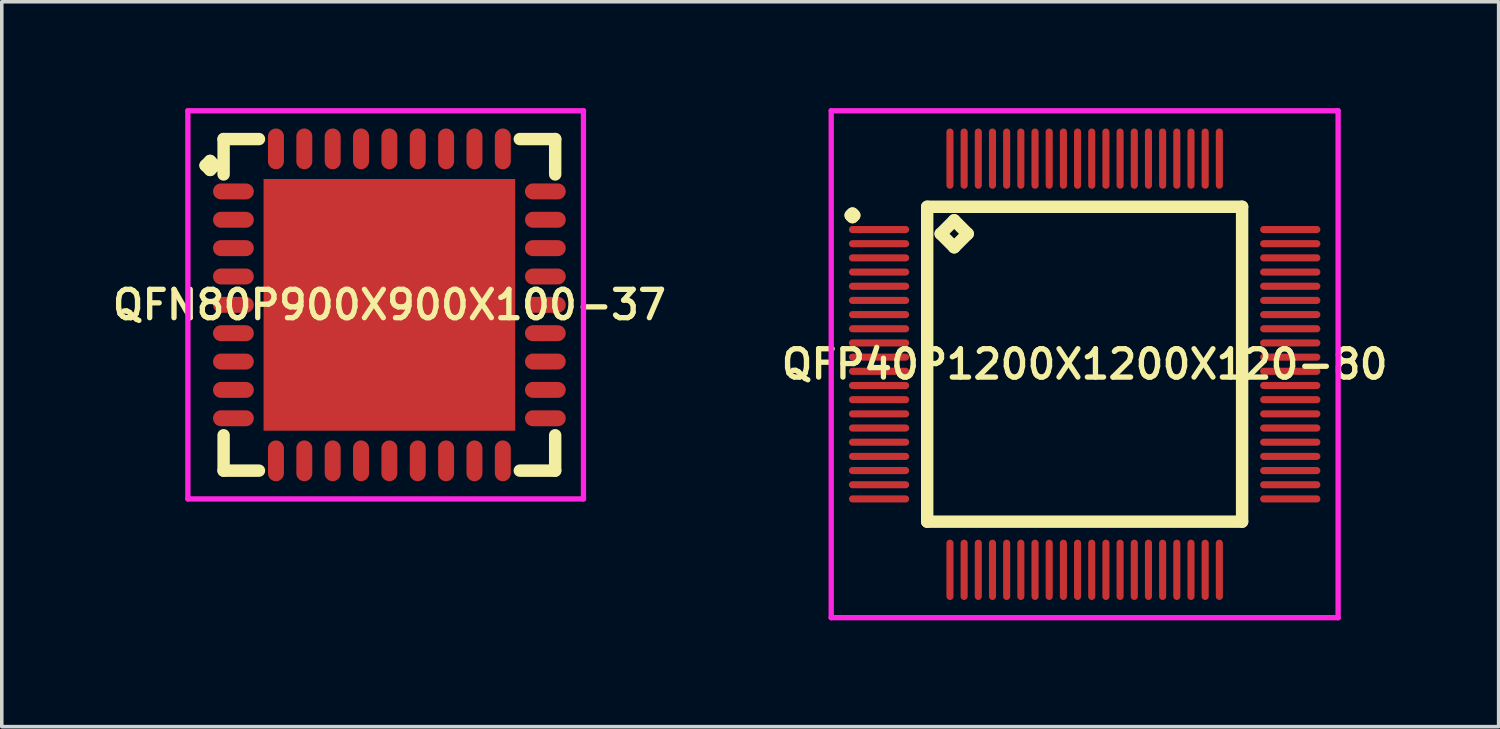
<source format=kicad_pcb>
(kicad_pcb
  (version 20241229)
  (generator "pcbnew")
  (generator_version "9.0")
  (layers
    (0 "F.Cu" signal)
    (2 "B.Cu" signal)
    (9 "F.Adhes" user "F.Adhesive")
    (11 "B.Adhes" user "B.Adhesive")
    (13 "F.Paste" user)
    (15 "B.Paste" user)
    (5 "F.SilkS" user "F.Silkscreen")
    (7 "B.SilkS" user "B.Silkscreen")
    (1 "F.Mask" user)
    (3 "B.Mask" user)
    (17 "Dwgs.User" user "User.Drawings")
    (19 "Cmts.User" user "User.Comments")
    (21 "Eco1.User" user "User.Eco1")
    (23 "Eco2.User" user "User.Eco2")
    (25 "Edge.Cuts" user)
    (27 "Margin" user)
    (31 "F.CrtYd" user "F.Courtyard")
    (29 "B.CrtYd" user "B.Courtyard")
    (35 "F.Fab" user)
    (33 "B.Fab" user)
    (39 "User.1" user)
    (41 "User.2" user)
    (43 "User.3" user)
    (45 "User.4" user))
  (footprint "QFP40P1200X1200X120-80"
    (layer "F.Cu")
    (at 27.549 7.225)
    (property "Reference" "QFP40P1200X1200X120-80" (at 0 0 0) (layer "F.SilkS") (effects (font (size 0.8 0.8) (thickness 0.15))))
    (attr smd)
    (fp_line (start -6.6 -4.2) (end -6.55 -4.25) (stroke (width 0.35) (type solid)) (layer "F.SilkS"))
    (fp_line (start -6.55 -4.25) (end -6.5 -4.2) (stroke (width 0.35) (type solid)) (layer "F.SilkS"))
    (fp_line (start -6.55 -4.15) (end -6.6 -4.2) (stroke (width 0.35) (type solid)) (layer "F.SilkS"))
    (fp_line (start -6.5 -4.2) (end -6.55 -4.15) (stroke (width 0.35) (type solid)) (layer "F.SilkS"))
    (fp_line (start -4.442 -4.442) (end -4.442 4.442) (stroke (width 0.35) (type solid)) (layer "F.SilkS"))
    (fp_line (start -4.442 4.442) (end 4.442 4.442) (stroke (width 0.35) (type solid)) (layer "F.SilkS"))
    (fp_line (start -4.061 -3.68) (end -3.68 -4.061) (stroke (width 0.35) (type solid)) (layer "F.SilkS"))
    (fp_line (start -3.68 -4.061) (end -3.299 -3.68) (stroke (width 0.35) (type solid)) (layer "F.SilkS"))
    (fp_line (start -3.68 -3.299) (end -4.061 -3.68) (stroke (width 0.35) (type solid)) (layer "F.SilkS"))
    (fp_line (start -3.299 -3.68) (end -3.68 -3.299) (stroke (width 0.35) (type solid)) (layer "F.SilkS"))
    (fp_line (start 4.442 -4.442) (end -4.442 -4.442) (stroke (width 0.35) (type solid)) (layer "F.SilkS"))
    (fp_line (start 4.442 4.442) (end 4.442 -4.442) (stroke (width 0.35) (type solid)) (layer "F.SilkS"))
    (fp_line (start -7.15 -7.15) (end 7.15 -7.15) (stroke (width 0.15) (type solid)) (layer "F.CrtYd"))
    (fp_line (start -7.15 7.15) (end -7.15 -7.15) (stroke (width 0.15) (type solid)) (layer "F.CrtYd"))
    (fp_line (start 7.15 -7.15) (end 7.15 7.15) (stroke (width 0.15) (type solid)) (layer "F.CrtYd"))
    (fp_line (start 7.15 7.15) (end -7.15 7.15) (stroke (width 0.15) (type solid)) (layer "F.CrtYd"))
    (pad "1" smd oval (at -5.8 -3.8) (size 1.7 0.2) (layers "F.Cu" "F.Mask" "F.Paste"))
    (pad "2" smd oval (at -5.8 -3.4) (size 1.7 0.2) (layers "F.Cu" "F.Mask" "F.Paste"))
    (pad "3" smd oval (at -5.8 -3) (size 1.7 0.2) (layers "F.Cu" "F.Mask" "F.Paste"))
    (pad "4" smd oval (at -5.8 -2.6) (size 1.7 0.2) (layers "F.Cu" "F.Mask" "F.Paste"))
    (pad "5" smd oval (at -5.8 -2.2) (size 1.7 0.2) (layers "F.Cu" "F.Mask" "F.Paste"))
    (pad "6" smd oval (at -5.8 -1.8) (size 1.7 0.2) (layers "F.Cu" "F.Mask" "F.Paste"))
    (pad "7" smd oval (at -5.8 -1.4) (size 1.7 0.2) (layers "F.Cu" "F.Mask" "F.Paste"))
    (pad "8" smd oval (at -5.8 -1) (size 1.7 0.2) (layers "F.Cu" "F.Mask" "F.Paste"))
    (pad "9" smd oval (at -5.8 -0.6) (size 1.7 0.2) (layers "F.Cu" "F.Mask" "F.Paste"))
    (pad "10" smd oval (at -5.8 -0.2) (size 1.7 0.2) (layers "F.Cu" "F.Mask" "F.Paste"))
    (pad "11" smd oval (at -5.8 0.2) (size 1.7 0.2) (layers "F.Cu" "F.Mask" "F.Paste"))
    (pad "12" smd oval (at -5.8 0.6) (size 1.7 0.2) (layers "F.Cu" "F.Mask" "F.Paste"))
    (pad "13" smd oval (at -5.8 1) (size 1.7 0.2) (layers "F.Cu" "F.Mask" "F.Paste"))
    (pad "14" smd oval (at -5.8 1.4) (size 1.7 0.2) (layers "F.Cu" "F.Mask" "F.Paste"))
    (pad "15" smd oval (at -5.8 1.8) (size 1.7 0.2) (layers "F.Cu" "F.Mask" "F.Paste"))
    (pad "16" smd oval (at -5.8 2.2) (size 1.7 0.2) (layers "F.Cu" "F.Mask" "F.Paste"))
    (pad "17" smd oval (at -5.8 2.6) (size 1.7 0.2) (layers "F.Cu" "F.Mask" "F.Paste"))
    (pad "18" smd oval (at -5.8 3) (size 1.7 0.2) (layers "F.Cu" "F.Mask" "F.Paste"))
    (pad "19" smd oval (at -5.8 3.4) (size 1.7 0.2) (layers "F.Cu" "F.Mask" "F.Paste"))
    (pad "20" smd oval (at -5.8 3.8) (size 1.7 0.2) (layers "F.Cu" "F.Mask" "F.Paste"))
    (pad "21" smd oval (at -3.8 5.8) (size 0.2 1.7) (layers "F.Cu" "F.Mask" "F.Paste"))
    (pad "22" smd oval (at -3.4 5.8) (size 0.2 1.7) (layers "F.Cu" "F.Mask" "F.Paste"))
    (pad "23" smd oval (at -3 5.8) (size 0.2 1.7) (layers "F.Cu" "F.Mask" "F.Paste"))
    (pad "24" smd oval (at -2.6 5.8) (size 0.2 1.7) (layers "F.Cu" "F.Mask" "F.Paste"))
    (pad "25" smd oval (at -2.2 5.8) (size 0.2 1.7) (layers "F.Cu" "F.Mask" "F.Paste"))
    (pad "26" smd oval (at -1.8 5.8) (size 0.2 1.7) (layers "F.Cu" "F.Mask" "F.Paste"))
    (pad "27" smd oval (at -1.4 5.8) (size 0.2 1.7) (layers "F.Cu" "F.Mask" "F.Paste"))
    (pad "28" smd oval (at -1 5.8) (size 0.2 1.7) (layers "F.Cu" "F.Mask" "F.Paste"))
    (pad "29" smd oval (at -0.6 5.8) (size 0.2 1.7) (layers "F.Cu" "F.Mask" "F.Paste"))
    (pad "30" smd oval (at -0.2 5.8) (size 0.2 1.7) (layers "F.Cu" "F.Mask" "F.Paste"))
    (pad "31" smd oval (at 0.2 5.8) (size 0.2 1.7) (layers "F.Cu" "F.Mask" "F.Paste"))
    (pad "32" smd oval (at 0.6 5.8) (size 0.2 1.7) (layers "F.Cu" "F.Mask" "F.Paste"))
    (pad "33" smd oval (at 1 5.8) (size 0.2 1.7) (layers "F.Cu" "F.Mask" "F.Paste"))
    (pad "34" smd oval (at 1.4 5.8) (size 0.2 1.7) (layers "F.Cu" "F.Mask" "F.Paste"))
    (pad "35" smd oval (at 1.8 5.8) (size 0.2 1.7) (layers "F.Cu" "F.Mask" "F.Paste"))
    (pad "36" smd oval (at 2.2 5.8) (size 0.2 1.7) (layers "F.Cu" "F.Mask" "F.Paste"))
    (pad "37" smd oval (at 2.6 5.8) (size 0.2 1.7) (layers "F.Cu" "F.Mask" "F.Paste"))
    (pad "38" smd oval (at 3 5.8) (size 0.2 1.7) (layers "F.Cu" "F.Mask" "F.Paste"))
    (pad "39" smd oval (at 3.4 5.8) (size 0.2 1.7) (layers "F.Cu" "F.Mask" "F.Paste"))
    (pad "40" smd oval (at 3.8 5.8) (size 0.2 1.7) (layers "F.Cu" "F.Mask" "F.Paste"))
    (pad "41" smd oval (at 5.8 3.8) (size 1.7 0.2) (layers "F.Cu" "F.Mask" "F.Paste"))
    (pad "42" smd oval (at 5.8 3.4) (size 1.7 0.2) (layers "F.Cu" "F.Mask" "F.Paste"))
    (pad "43" smd oval (at 5.8 3) (size 1.7 0.2) (layers "F.Cu" "F.Mask" "F.Paste"))
    (pad "44" smd oval (at 5.8 2.6) (size 1.7 0.2) (layers "F.Cu" "F.Mask" "F.Paste"))
    (pad "45" smd oval (at 5.8 2.2) (size 1.7 0.2) (layers "F.Cu" "F.Mask" "F.Paste"))
    (pad "46" smd oval (at 5.8 1.8) (size 1.7 0.2) (layers "F.Cu" "F.Mask" "F.Paste"))
    (pad "47" smd oval (at 5.8 1.4) (size 1.7 0.2) (layers "F.Cu" "F.Mask" "F.Paste"))
    (pad "48" smd oval (at 5.8 1) (size 1.7 0.2) (layers "F.Cu" "F.Mask" "F.Paste"))
    (pad "49" smd oval (at 5.8 0.6) (size 1.7 0.2) (layers "F.Cu" "F.Mask" "F.Paste"))
    (pad "50" smd oval (at 5.8 0.2) (size 1.7 0.2) (layers "F.Cu" "F.Mask" "F.Paste"))
    (pad "51" smd oval (at 5.8 -0.2) (size 1.7 0.2) (layers "F.Cu" "F.Mask" "F.Paste"))
    (pad "52" smd oval (at 5.8 -0.6) (size 1.7 0.2) (layers "F.Cu" "F.Mask" "F.Paste"))
    (pad "53" smd oval (at 5.8 -1) (size 1.7 0.2) (layers "F.Cu" "F.Mask" "F.Paste"))
    (pad "54" smd oval (at 5.8 -1.4) (size 1.7 0.2) (layers "F.Cu" "F.Mask" "F.Paste"))
    (pad "55" smd oval (at 5.8 -1.8) (size 1.7 0.2) (layers "F.Cu" "F.Mask" "F.Paste"))
    (pad "56" smd oval (at 5.8 -2.2) (size 1.7 0.2) (layers "F.Cu" "F.Mask" "F.Paste"))
    (pad "57" smd oval (at 5.8 -2.6) (size 1.7 0.2) (layers "F.Cu" "F.Mask" "F.Paste"))
    (pad "58" smd oval (at 5.8 -3) (size 1.7 0.2) (layers "F.Cu" "F.Mask" "F.Paste"))
    (pad "59" smd oval (at 5.8 -3.4) (size 1.7 0.2) (layers "F.Cu" "F.Mask" "F.Paste"))
    (pad "60" smd oval (at 5.8 -3.8) (size 1.7 0.2) (layers "F.Cu" "F.Mask" "F.Paste"))
    (pad "61" smd oval (at 3.8 -5.8) (size 0.2 1.7) (layers "F.Cu" "F.Mask" "F.Paste"))
    (pad "62" smd oval (at 3.4 -5.8) (size 0.2 1.7) (layers "F.Cu" "F.Mask" "F.Paste"))
    (pad "63" smd oval (at 3 -5.8) (size 0.2 1.7) (layers "F.Cu" "F.Mask" "F.Paste"))
    (pad "64" smd oval (at 2.6 -5.8) (size 0.2 1.7) (layers "F.Cu" "F.Mask" "F.Paste"))
    (pad "65" smd oval (at 2.2 -5.8) (size 0.2 1.7) (layers "F.Cu" "F.Mask" "F.Paste"))
    (pad "66" smd oval (at 1.8 -5.8) (size 0.2 1.7) (layers "F.Cu" "F.Mask" "F.Paste"))
    (pad "67" smd oval (at 1.4 -5.8) (size 0.2 1.7) (layers "F.Cu" "F.Mask" "F.Paste"))
    (pad "68" smd oval (at 1 -5.8) (size 0.2 1.7) (layers "F.Cu" "F.Mask" "F.Paste"))
    (pad "69" smd oval (at 0.6 -5.8) (size 0.2 1.7) (layers "F.Cu" "F.Mask" "F.Paste"))
    (pad "70" smd oval (at 0.2 -5.8) (size 0.2 1.7) (layers "F.Cu" "F.Mask" "F.Paste"))
    (pad "71" smd oval (at -0.2 -5.8) (size 0.2 1.7) (layers "F.Cu" "F.Mask" "F.Paste"))
    (pad "72" smd oval (at -0.6 -5.8) (size 0.2 1.7) (layers "F.Cu" "F.Mask" "F.Paste"))
    (pad "73" smd oval (at -1 -5.8) (size 0.2 1.7) (layers "F.Cu" "F.Mask" "F.Paste"))
    (pad "74" smd oval (at -1.4 -5.8) (size 0.2 1.7) (layers "F.Cu" "F.Mask" "F.Paste"))
    (pad "75" smd oval (at -1.8 -5.8) (size 0.2 1.7) (layers "F.Cu" "F.Mask" "F.Paste"))
    (pad "76" smd oval (at -2.2 -5.8) (size 0.2 1.7) (layers "F.Cu" "F.Mask" "F.Paste"))
    (pad "77" smd oval (at -2.6 -5.8) (size 0.2 1.7) (layers "F.Cu" "F.Mask" "F.Paste"))
    (pad "78" smd oval (at -3 -5.8) (size 0.2 1.7) (layers "F.Cu" "F.Mask" "F.Paste"))
    (pad "79" smd oval (at -3.4 -5.8) (size 0.2 1.7) (layers "F.Cu" "F.Mask" "F.Paste"))
    (pad "80" smd oval (at -3.8 -5.8) (size 0.2 1.7) (layers "F.Cu" "F.Mask" "F.Paste")))
  (footprint "QFN80P900X900X100-37"
    (layer "F.Cu")
    (at 7.935 5.55)
    (property "Reference" "QFN80P900X900X100-37" (at 0 0 0) (layer "F.SilkS") (effects (font (size 0.8 0.8) (thickness 0.15))))
    (attr smd)
    (fp_line (start -5.185 -3.933) (end -5.058 -4.06) (stroke (width 0.35) (type solid)) (layer "F.SilkS"))
    (fp_line (start -5.058 -4.06) (end -4.931 -3.933) (stroke (width 0.35) (type solid)) (layer "F.SilkS"))
    (fp_line (start -5.058 -3.806) (end -5.185 -3.933) (stroke (width 0.35) (type solid)) (layer "F.SilkS"))
    (fp_line (start -4.931 -3.933) (end -5.058 -3.806) (stroke (width 0.35) (type solid)) (layer "F.SilkS"))
    (fp_line (start -4.677 -4.677) (end -3.679 -4.677) (stroke (width 0.35) (type solid)) (layer "F.SilkS"))
    (fp_line (start -4.677 -3.679) (end -4.677 -4.677) (stroke (width 0.35) (type solid)) (layer "F.SilkS"))
    (fp_line (start -4.677 3.679) (end -4.677 4.677) (stroke (width 0.35) (type solid)) (layer "F.SilkS"))
    (fp_line (start -4.677 4.677) (end -3.679 4.677) (stroke (width 0.35) (type solid)) (layer "F.SilkS"))
    (fp_line (start 3.679 -4.677) (end 4.677 -4.677) (stroke (width 0.35) (type solid)) (layer "F.SilkS"))
    (fp_line (start 3.679 4.677) (end 4.677 4.677) (stroke (width 0.35) (type solid)) (layer "F.SilkS"))
    (fp_line (start 4.677 -4.677) (end 4.677 -3.679) (stroke (width 0.35) (type solid)) (layer "F.SilkS"))
    (fp_line (start 4.677 4.677) (end 4.677 3.679) (stroke (width 0.35) (type solid)) (layer "F.SilkS"))
    (fp_line (start -5.685 -5.475) (end 5.475 -5.475) (stroke (width 0.15) (type solid)) (layer "F.CrtYd"))
    (fp_line (start -5.685 5.475) (end -5.685 -5.475) (stroke (width 0.15) (type solid)) (layer "F.CrtYd"))
    (fp_line (start 5.475 -5.475) (end 5.475 5.475) (stroke (width 0.15) (type solid)) (layer "F.CrtYd"))
    (fp_line (start 5.475 5.475) (end -5.685 5.475) (stroke (width 0.15) (type solid)) (layer "F.CrtYd"))
    (pad "1" smd oval (at -4.4 -3.2) (size 1.15 0.45) (layers "F.Cu" "F.Mask" "F.Paste"))
    (pad "2" smd oval (at -4.4 -2.4) (size 1.15 0.45) (layers "F.Cu" "F.Mask" "F.Paste"))
    (pad "3" smd oval (at -4.4 -1.6) (size 1.15 0.45) (layers "F.Cu" "F.Mask" "F.Paste"))
    (pad "4" smd oval (at -4.4 -0.8) (size 1.15 0.45) (layers "F.Cu" "F.Mask" "F.Paste"))
    (pad "5" smd oval (at -4.4 0) (size 1.15 0.45) (layers "F.Cu" "F.Mask" "F.Paste"))
    (pad "6" smd oval (at -4.4 0.8) (size 1.15 0.45) (layers "F.Cu" "F.Mask" "F.Paste"))
    (pad "7" smd oval (at -4.4 1.6) (size 1.15 0.45) (layers "F.Cu" "F.Mask" "F.Paste"))
    (pad "8" smd oval (at -4.4 2.4) (size 1.15 0.45) (layers "F.Cu" "F.Mask" "F.Paste"))
    (pad "9" smd oval (at -4.4 3.2) (size 1.15 0.45) (layers "F.Cu" "F.Mask" "F.Paste"))
    (pad "10" smd oval (at -3.2 4.4) (size 0.45 1.15) (layers "F.Cu" "F.Mask" "F.Paste"))
    (pad "11" smd oval (at -2.4 4.4) (size 0.45 1.15) (layers "F.Cu" "F.Mask" "F.Paste"))
    (pad "12" smd oval (at -1.6 4.4) (size 0.45 1.15) (layers "F.Cu" "F.Mask" "F.Paste"))
    (pad "13" smd oval (at -0.8 4.4) (size 0.45 1.15) (layers "F.Cu" "F.Mask" "F.Paste"))
    (pad "14" smd oval (at 0 4.4) (size 0.45 1.15) (layers "F.Cu" "F.Mask" "F.Paste"))
    (pad "15" smd oval (at 0.8 4.4) (size 0.45 1.15) (layers "F.Cu" "F.Mask" "F.Paste"))
    (pad "16" smd oval (at 1.6 4.4) (size 0.45 1.15) (layers "F.Cu" "F.Mask" "F.Paste"))
    (pad "17" smd oval (at 2.4 4.4) (size 0.45 1.15) (layers "F.Cu" "F.Mask" "F.Paste"))
    (pad "18" smd oval (at 3.2 4.4) (size 0.45 1.15) (layers "F.Cu" "F.Mask" "F.Paste"))
    (pad "19" smd oval (at 4.4 3.2) (size 1.15 0.45) (layers "F.Cu" "F.Mask" "F.Paste"))
    (pad "20" smd oval (at 4.4 2.4) (size 1.15 0.45) (layers "F.Cu" "F.Mask" "F.Paste"))
    (pad "21" smd oval (at 4.4 1.6) (size 1.15 0.45) (layers "F.Cu" "F.Mask" "F.Paste"))
    (pad "22" smd oval (at 4.4 0.8) (size 1.15 0.45) (layers "F.Cu" "F.Mask" "F.Paste"))
    (pad "23" smd oval (at 4.4 0) (size 1.15 0.45) (layers "F.Cu" "F.Mask" "F.Paste"))
    (pad "24" smd oval (at 4.4 -0.8) (size 1.15 0.45) (layers "F.Cu" "F.Mask" "F.Paste"))
    (pad "25" smd oval (at 4.4 -1.6) (size 1.15 0.45) (layers "F.Cu" "F.Mask" "F.Paste"))
    (pad "26" smd oval (at 4.4 -2.4) (size 1.15 0.45) (layers "F.Cu" "F.Mask" "F.Paste"))
    (pad "27" smd oval (at 4.4 -3.2) (size 1.15 0.45) (layers "F.Cu" "F.Mask" "F.Paste"))
    (pad "28" smd oval (at 3.2 -4.4) (size 0.45 1.15) (layers "F.Cu" "F.Mask" "F.Paste"))
    (pad "29" smd oval (at 2.4 -4.4) (size 0.45 1.15) (layers "F.Cu" "F.Mask" "F.Paste"))
    (pad "30" smd oval (at 1.6 -4.4) (size 0.45 1.15) (layers "F.Cu" "F.Mask" "F.Paste"))
    (pad "31" smd oval (at 0.8 -4.4) (size 0.45 1.15) (layers "F.Cu" "F.Mask" "F.Paste"))
    (pad "32" smd oval (at 0 -4.4) (size 0.45 1.15) (layers "F.Cu" "F.Mask" "F.Paste"))
    (pad "33" smd oval (at -0.8 -4.4) (size 0.45 1.15) (layers "F.Cu" "F.Mask" "F.Paste"))
    (pad "34" smd oval (at -1.6 -4.4) (size 0.45 1.15) (layers "F.Cu" "F.Mask" "F.Paste"))
    (pad "35" smd oval (at -2.4 -4.4) (size 0.45 1.15) (layers "F.Cu" "F.Mask" "F.Paste"))
    (pad "36" smd oval (at -3.2 -4.4) (size 0.45 1.15) (layers "F.Cu" "F.Mask" "F.Paste"))
    (pad "37" smd rect (at 0 0) (size 7.1 7.1) (layers "F.Cu" "F.Mask" "F.Paste")))
  (gr_rect
    (start -3 -3)
    (end 39.228 17.45)
    (stroke (width 0.1) (type default))
    (fill no)
    (layer "Edge.Cuts")))
</source>
